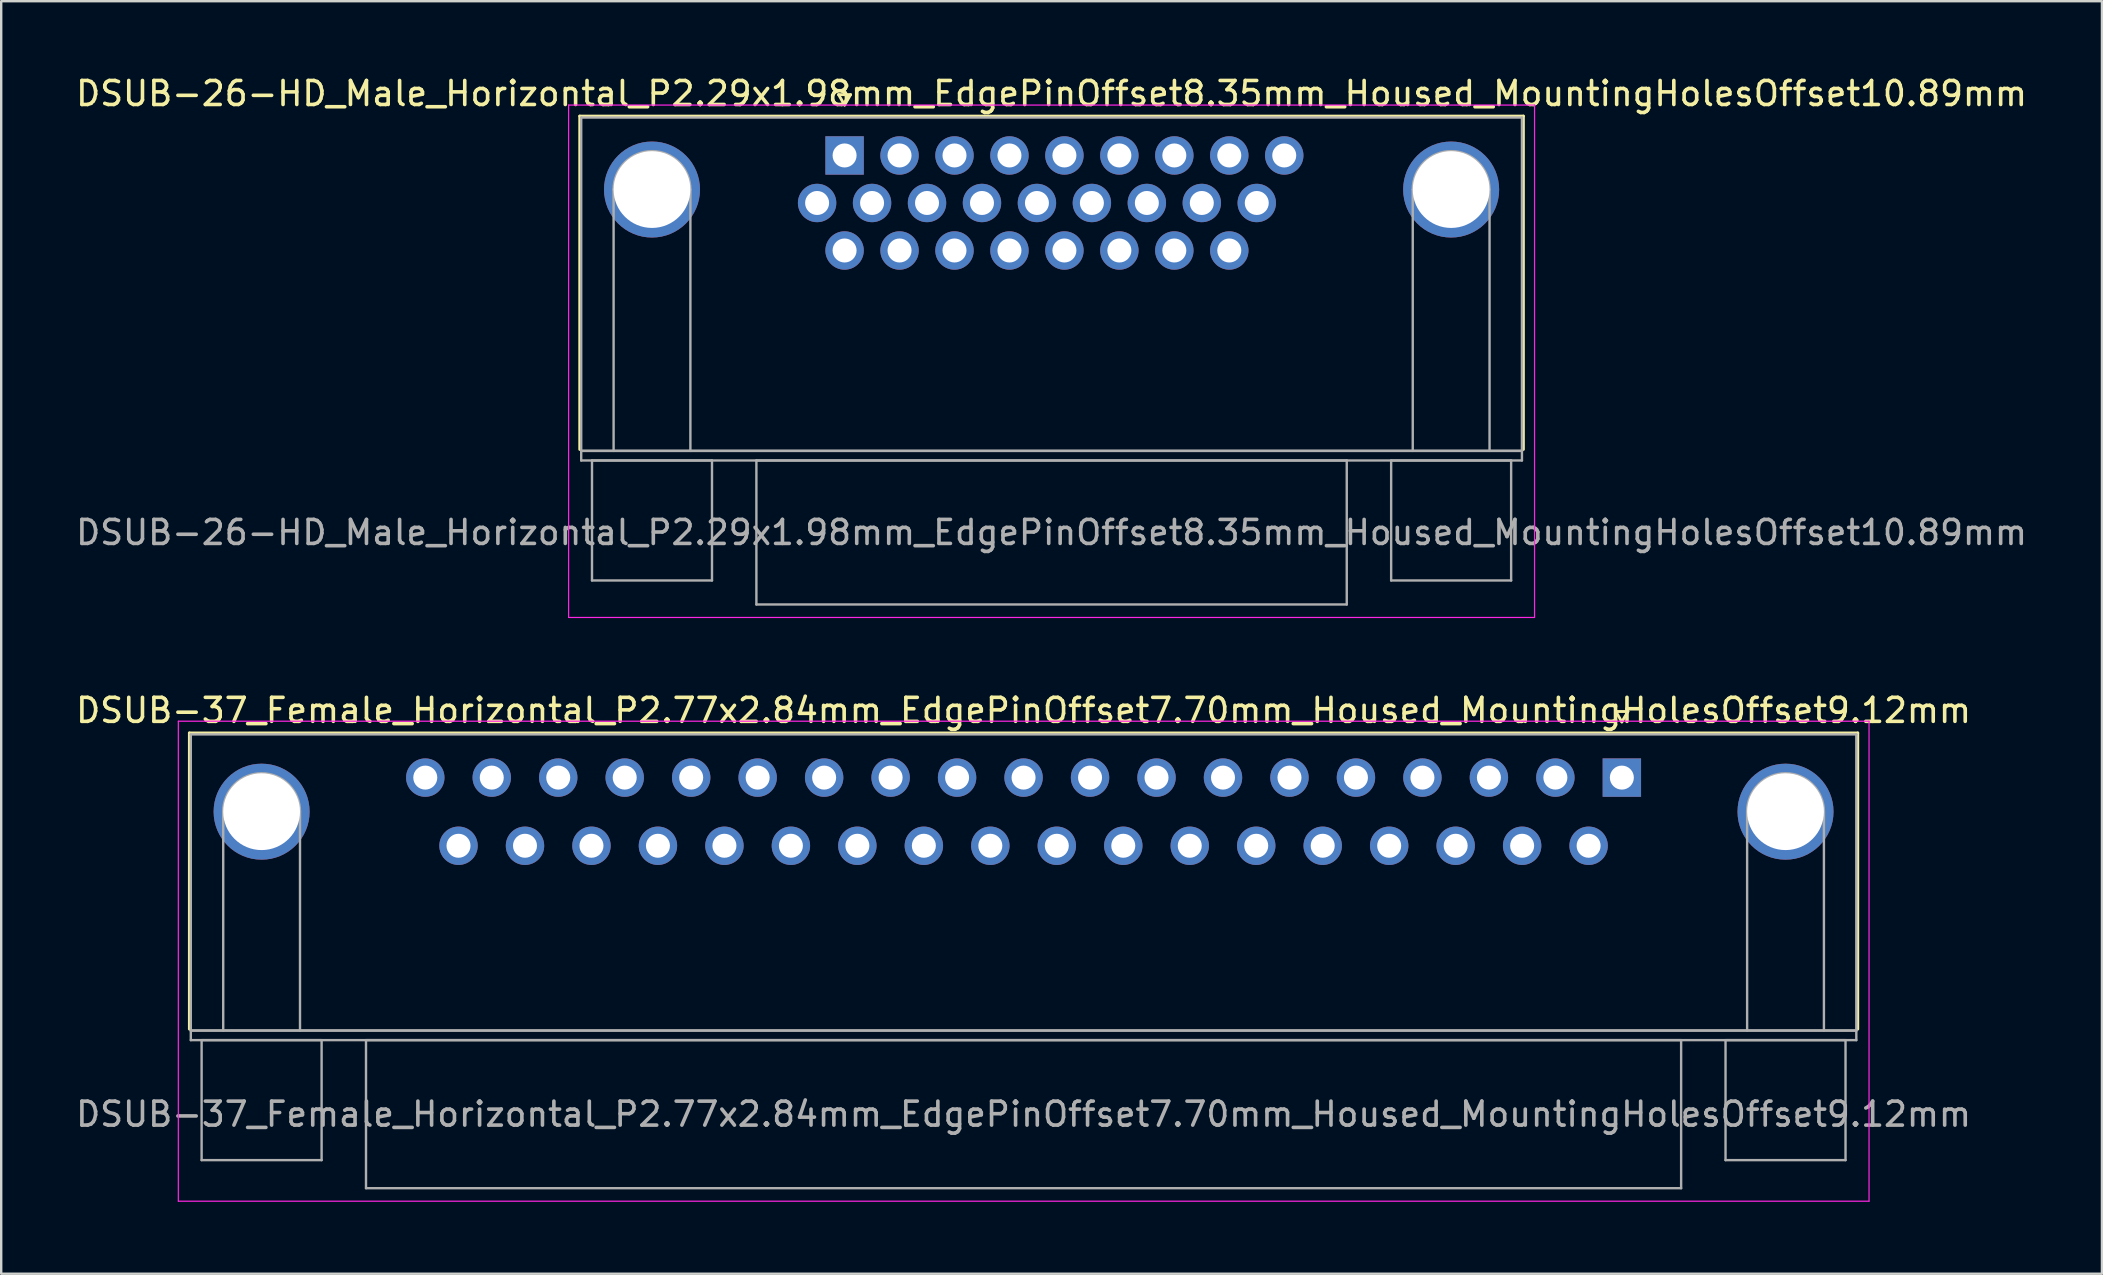
<source format=kicad_pcb>
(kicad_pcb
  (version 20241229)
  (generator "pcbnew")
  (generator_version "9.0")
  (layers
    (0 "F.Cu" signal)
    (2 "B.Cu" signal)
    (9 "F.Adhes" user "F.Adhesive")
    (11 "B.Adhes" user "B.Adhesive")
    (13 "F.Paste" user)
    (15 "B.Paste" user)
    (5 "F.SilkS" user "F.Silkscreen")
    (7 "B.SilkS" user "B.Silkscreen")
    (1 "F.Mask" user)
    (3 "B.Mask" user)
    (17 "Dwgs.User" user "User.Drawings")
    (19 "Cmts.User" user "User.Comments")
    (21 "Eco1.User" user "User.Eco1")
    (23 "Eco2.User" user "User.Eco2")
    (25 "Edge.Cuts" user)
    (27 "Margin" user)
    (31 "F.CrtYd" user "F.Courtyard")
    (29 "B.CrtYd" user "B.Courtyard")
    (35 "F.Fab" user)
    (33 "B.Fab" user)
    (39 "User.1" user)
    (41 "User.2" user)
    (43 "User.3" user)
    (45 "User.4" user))
  (footprint "DSUB-37_Female_Horizontal_P2.77x2.84mm_EdgePinOffset7.70mm_Housed_MountingHolesOffset9.12mm"
    (layer "F.Cu")
    (at 64.531 29.352)
    (property "Reference" "DSUB-37_Female_Horizontal_P2.77x2.84mm_EdgePinOffset7.70mm_Housed_MountingHolesOffset9.12mm" (at -24.93 -2.8 0) (layer "F.SilkS") (effects (font (size 1 1) (thickness 0.15))))
    (attr through_hole)
    (fp_line (start -59.69 -1.86) (end 9.83 -1.86) (stroke (width 0.12) (type solid)) (layer "F.SilkS"))
    (fp_line (start -59.69 10.48) (end -59.69 -1.86) (stroke (width 0.12) (type solid)) (layer "F.SilkS"))
    (fp_line (start -0.25 -2.754) (end 0.25 -2.754) (stroke (width 0.12) (type solid)) (layer "F.SilkS"))
    (fp_line (start 0 -2.321) (end -0.25 -2.754) (stroke (width 0.12) (type solid)) (layer "F.SilkS"))
    (fp_line (start 0.25 -2.754) (end 0 -2.321) (stroke (width 0.12) (type solid)) (layer "F.SilkS"))
    (fp_line (start 9.83 -1.86) (end 9.83 10.48) (stroke (width 0.12) (type solid)) (layer "F.SilkS"))
    (fp_line (start -60.15 -2.35) (end -60.15 17.65) (stroke (width 0.05) (type solid)) (layer "F.CrtYd"))
    (fp_line (start -60.15 17.65) (end 10.3 17.65) (stroke (width 0.05) (type solid)) (layer "F.CrtYd"))
    (fp_line (start 10.3 -2.35) (end -60.15 -2.35) (stroke (width 0.05) (type solid)) (layer "F.CrtYd"))
    (fp_line (start 10.3 17.65) (end 10.3 -2.35) (stroke (width 0.05) (type solid)) (layer "F.CrtYd"))
    (fp_line (start -59.63 -1.8) (end -59.63 10.54) (stroke (width 0.1) (type solid)) (layer "F.Fab"))
    (fp_line (start -59.63 10.54) (end -59.63 10.94) (stroke (width 0.1) (type solid)) (layer "F.Fab"))
    (fp_line (start -59.63 10.54) (end 9.77 10.54) (stroke (width 0.1) (type solid)) (layer "F.Fab"))
    (fp_line (start -59.63 10.94) (end 9.77 10.94) (stroke (width 0.1) (type solid)) (layer "F.Fab"))
    (fp_line (start -59.18 10.94) (end -59.18 15.94) (stroke (width 0.1) (type solid)) (layer "F.Fab"))
    (fp_line (start -59.18 15.94) (end -54.18 15.94) (stroke (width 0.1) (type solid)) (layer "F.Fab"))
    (fp_line (start -58.28 10.54) (end -58.28 1.42) (stroke (width 0.1) (type solid)) (layer "F.Fab"))
    (fp_line (start -55.08 10.54) (end -55.08 1.42) (stroke (width 0.1) (type solid)) (layer "F.Fab"))
    (fp_line (start -54.18 10.94) (end -59.18 10.94) (stroke (width 0.1) (type solid)) (layer "F.Fab"))
    (fp_line (start -54.18 15.94) (end -54.18 10.94) (stroke (width 0.1) (type solid)) (layer "F.Fab"))
    (fp_line (start -52.33 10.94) (end -52.33 17.11) (stroke (width 0.1) (type solid)) (layer "F.Fab"))
    (fp_line (start -52.33 17.11) (end 2.47 17.11) (stroke (width 0.1) (type solid)) (layer "F.Fab"))
    (fp_line (start 2.47 10.94) (end -52.33 10.94) (stroke (width 0.1) (type solid)) (layer "F.Fab"))
    (fp_line (start 2.47 17.11) (end 2.47 10.94) (stroke (width 0.1) (type solid)) (layer "F.Fab"))
    (fp_line (start 4.32 10.94) (end 4.32 15.94) (stroke (width 0.1) (type solid)) (layer "F.Fab"))
    (fp_line (start 4.32 15.94) (end 9.32 15.94) (stroke (width 0.1) (type solid)) (layer "F.Fab"))
    (fp_line (start 5.22 10.54) (end 5.22 1.42) (stroke (width 0.1) (type solid)) (layer "F.Fab"))
    (fp_line (start 8.42 10.54) (end 8.42 1.42) (stroke (width 0.1) (type solid)) (layer "F.Fab"))
    (fp_line (start 9.32 10.94) (end 4.32 10.94) (stroke (width 0.1) (type solid)) (layer "F.Fab"))
    (fp_line (start 9.32 15.94) (end 9.32 10.94) (stroke (width 0.1) (type solid)) (layer "F.Fab"))
    (fp_line (start 9.77 -1.8) (end -59.63 -1.8) (stroke (width 0.1) (type solid)) (layer "F.Fab"))
    (fp_line (start 9.77 10.54) (end -59.63 10.54) (stroke (width 0.1) (type solid)) (layer "F.Fab"))
    (fp_line (start 9.77 10.54) (end 9.77 -1.8) (stroke (width 0.1) (type solid)) (layer "F.Fab"))
    (fp_line (start 9.77 10.94) (end 9.77 10.54) (stroke (width 0.1) (type solid)) (layer "F.Fab"))
    (fp_arc (start -58.28 1.42) (mid -56.68 -0.18) (end -55.08 1.42) (stroke (width 0.1) (type solid)) (layer "F.Fab"))
    (fp_arc (start 5.22 1.42) (mid 6.82 -0.18) (end 8.42 1.42) (stroke (width 0.1) (type solid)) (layer "F.Fab"))
    (fp_text user "${REFERENCE}" (at -24.93 14.025 0) (layer "F.Fab") (effects (font (size 1 1) (thickness 0.15))))
    (pad "0" thru_hole circle (at -56.68 1.42) (size 4 4) (drill 3.2) (layers "*.Cu" "*.Mask"))
    (pad "0" thru_hole circle (at 6.82 1.42) (size 4 4) (drill 3.2) (layers "*.Cu" "*.Mask"))
    (pad "1" thru_hole rect (at 0 0) (size 1.6 1.6) (drill 1) (layers "*.Cu" "*.Mask"))
    (pad "2" thru_hole circle (at -2.77 0) (size 1.6 1.6) (drill 1) (layers "*.Cu" "*.Mask"))
    (pad "3" thru_hole circle (at -5.54 0) (size 1.6 1.6) (drill 1) (layers "*.Cu" "*.Mask"))
    (pad "4" thru_hole circle (at -8.31 0) (size 1.6 1.6) (drill 1) (layers "*.Cu" "*.Mask"))
    (pad "5" thru_hole circle (at -11.08 0) (size 1.6 1.6) (drill 1) (layers "*.Cu" "*.Mask"))
    (pad "6" thru_hole circle (at -13.85 0) (size 1.6 1.6) (drill 1) (layers "*.Cu" "*.Mask"))
    (pad "7" thru_hole circle (at -16.62 0) (size 1.6 1.6) (drill 1) (layers "*.Cu" "*.Mask"))
    (pad "8" thru_hole circle (at -19.39 0) (size 1.6 1.6) (drill 1) (layers "*.Cu" "*.Mask"))
    (pad "9" thru_hole circle (at -22.16 0) (size 1.6 1.6) (drill 1) (layers "*.Cu" "*.Mask"))
    (pad "10" thru_hole circle (at -24.93 0) (size 1.6 1.6) (drill 1) (layers "*.Cu" "*.Mask"))
    (pad "11" thru_hole circle (at -27.7 0) (size 1.6 1.6) (drill 1) (layers "*.Cu" "*.Mask"))
    (pad "12" thru_hole circle (at -30.47 0) (size 1.6 1.6) (drill 1) (layers "*.Cu" "*.Mask"))
    (pad "13" thru_hole circle (at -33.24 0) (size 1.6 1.6) (drill 1) (layers "*.Cu" "*.Mask"))
    (pad "14" thru_hole circle (at -36.01 0) (size 1.6 1.6) (drill 1) (layers "*.Cu" "*.Mask"))
    (pad "15" thru_hole circle (at -38.78 0) (size 1.6 1.6) (drill 1) (layers "*.Cu" "*.Mask"))
    (pad "16" thru_hole circle (at -41.55 0) (size 1.6 1.6) (drill 1) (layers "*.Cu" "*.Mask"))
    (pad "17" thru_hole circle (at -44.32 0) (size 1.6 1.6) (drill 1) (layers "*.Cu" "*.Mask"))
    (pad "18" thru_hole circle (at -47.09 0) (size 1.6 1.6) (drill 1) (layers "*.Cu" "*.Mask"))
    (pad "19" thru_hole circle (at -49.86 0) (size 1.6 1.6) (drill 1) (layers "*.Cu" "*.Mask"))
    (pad "20" thru_hole circle (at -1.385 2.84) (size 1.6 1.6) (drill 1) (layers "*.Cu" "*.Mask"))
    (pad "21" thru_hole circle (at -4.155 2.84) (size 1.6 1.6) (drill 1) (layers "*.Cu" "*.Mask"))
    (pad "22" thru_hole circle (at -6.925 2.84) (size 1.6 1.6) (drill 1) (layers "*.Cu" "*.Mask"))
    (pad "23" thru_hole circle (at -9.695 2.84) (size 1.6 1.6) (drill 1) (layers "*.Cu" "*.Mask"))
    (pad "24" thru_hole circle (at -12.465 2.84) (size 1.6 1.6) (drill 1) (layers "*.Cu" "*.Mask"))
    (pad "25" thru_hole circle (at -15.235 2.84) (size 1.6 1.6) (drill 1) (layers "*.Cu" "*.Mask"))
    (pad "26" thru_hole circle (at -18.005 2.84) (size 1.6 1.6) (drill 1) (layers "*.Cu" "*.Mask"))
    (pad "27" thru_hole circle (at -20.775 2.84) (size 1.6 1.6) (drill 1) (layers "*.Cu" "*.Mask"))
    (pad "28" thru_hole circle (at -23.545 2.84) (size 1.6 1.6) (drill 1) (layers "*.Cu" "*.Mask"))
    (pad "29" thru_hole circle (at -26.315 2.84) (size 1.6 1.6) (drill 1) (layers "*.Cu" "*.Mask"))
    (pad "30" thru_hole circle (at -29.085 2.84) (size 1.6 1.6) (drill 1) (layers "*.Cu" "*.Mask"))
    (pad "31" thru_hole circle (at -31.855 2.84) (size 1.6 1.6) (drill 1) (layers "*.Cu" "*.Mask"))
    (pad "32" thru_hole circle (at -34.625 2.84) (size 1.6 1.6) (drill 1) (layers "*.Cu" "*.Mask"))
    (pad "33" thru_hole circle (at -37.395 2.84) (size 1.6 1.6) (drill 1) (layers "*.Cu" "*.Mask"))
    (pad "34" thru_hole circle (at -40.165 2.84) (size 1.6 1.6) (drill 1) (layers "*.Cu" "*.Mask"))
    (pad "35" thru_hole circle (at -42.935 2.84) (size 1.6 1.6) (drill 1) (layers "*.Cu" "*.Mask"))
    (pad "36" thru_hole circle (at -45.705 2.84) (size 1.6 1.6) (drill 1) (layers "*.Cu" "*.Mask"))
    (pad "37" thru_hole circle (at -48.475 2.84) (size 1.6 1.6) (drill 1) (layers "*.Cu" "*.Mask")))
  (footprint "DSUB-26-HD_Male_Horizontal_P2.29x1.98mm_EdgePinOffset8.35mm_Housed_MountingHolesOffset10.89mm"
    (layer "F.Cu")
    (at 32.143 3.428)
    (property "Reference" "DSUB-26-HD_Male_Horizontal_P2.29x1.98mm_EdgePinOffset8.35mm_Housed_MountingHolesOffset10.89mm" (at 8.625 -2.58 0) (layer "F.SilkS") (effects (font (size 1 1) (thickness 0.15))))
    (attr through_hole)
    (fp_line (start -11.035 -1.64) (end 28.285 -1.64) (stroke (width 0.12) (type solid)) (layer "F.SilkS"))
    (fp_line (start -11.035 12.25) (end -11.035 -1.64) (stroke (width 0.12) (type solid)) (layer "F.SilkS"))
    (fp_line (start -0.25 -2.534) (end 0.25 -2.534) (stroke (width 0.12) (type solid)) (layer "F.SilkS"))
    (fp_line (start 0 -2.101) (end -0.25 -2.534) (stroke (width 0.12) (type solid)) (layer "F.SilkS"))
    (fp_line (start 0.25 -2.534) (end 0 -2.101) (stroke (width 0.12) (type solid)) (layer "F.SilkS"))
    (fp_line (start 28.285 -1.64) (end 28.285 12.25) (stroke (width 0.12) (type solid)) (layer "F.SilkS"))
    (fp_line (start -11.5 -2.1) (end -11.5 19.25) (stroke (width 0.05) (type solid)) (layer "F.CrtYd"))
    (fp_line (start -11.5 19.25) (end 28.75 19.25) (stroke (width 0.05) (type solid)) (layer "F.CrtYd"))
    (fp_line (start 28.75 -2.1) (end -11.5 -2.1) (stroke (width 0.05) (type solid)) (layer "F.CrtYd"))
    (fp_line (start 28.75 19.25) (end 28.75 -2.1) (stroke (width 0.05) (type solid)) (layer "F.CrtYd"))
    (fp_line (start -10.975 -1.58) (end -10.975 12.31) (stroke (width 0.1) (type solid)) (layer "F.Fab"))
    (fp_line (start -10.975 12.31) (end -10.975 12.71) (stroke (width 0.1) (type solid)) (layer "F.Fab"))
    (fp_line (start -10.975 12.31) (end 28.225 12.31) (stroke (width 0.1) (type solid)) (layer "F.Fab"))
    (fp_line (start -10.975 12.71) (end 28.225 12.71) (stroke (width 0.1) (type solid)) (layer "F.Fab"))
    (fp_line (start -10.525 12.71) (end -10.525 17.71) (stroke (width 0.1) (type solid)) (layer "F.Fab"))
    (fp_line (start -10.525 17.71) (end -5.525 17.71) (stroke (width 0.1) (type solid)) (layer "F.Fab"))
    (fp_line (start -9.625 12.31) (end -9.625 1.42) (stroke (width 0.1) (type solid)) (layer "F.Fab"))
    (fp_line (start -6.425 12.31) (end -6.425 1.42) (stroke (width 0.1) (type solid)) (layer "F.Fab"))
    (fp_line (start -5.525 12.71) (end -10.525 12.71) (stroke (width 0.1) (type solid)) (layer "F.Fab"))
    (fp_line (start -5.525 17.71) (end -5.525 12.71) (stroke (width 0.1) (type solid)) (layer "F.Fab"))
    (fp_line (start -3.675 12.71) (end -3.675 18.71) (stroke (width 0.1) (type solid)) (layer "F.Fab"))
    (fp_line (start -3.675 18.71) (end 20.925 18.71) (stroke (width 0.1) (type solid)) (layer "F.Fab"))
    (fp_line (start 20.925 12.71) (end -3.675 12.71) (stroke (width 0.1) (type solid)) (layer "F.Fab"))
    (fp_line (start 20.925 18.71) (end 20.925 12.71) (stroke (width 0.1) (type solid)) (layer "F.Fab"))
    (fp_line (start 22.775 12.71) (end 22.775 17.71) (stroke (width 0.1) (type solid)) (layer "F.Fab"))
    (fp_line (start 22.775 17.71) (end 27.775 17.71) (stroke (width 0.1) (type solid)) (layer "F.Fab"))
    (fp_line (start 23.675 12.31) (end 23.675 1.42) (stroke (width 0.1) (type solid)) (layer "F.Fab"))
    (fp_line (start 26.875 12.31) (end 26.875 1.42) (stroke (width 0.1) (type solid)) (layer "F.Fab"))
    (fp_line (start 27.775 12.71) (end 22.775 12.71) (stroke (width 0.1) (type solid)) (layer "F.Fab"))
    (fp_line (start 27.775 17.71) (end 27.775 12.71) (stroke (width 0.1) (type solid)) (layer "F.Fab"))
    (fp_line (start 28.225 -1.58) (end -10.975 -1.58) (stroke (width 0.1) (type solid)) (layer "F.Fab"))
    (fp_line (start 28.225 12.31) (end -10.975 12.31) (stroke (width 0.1) (type solid)) (layer "F.Fab"))
    (fp_line (start 28.225 12.31) (end 28.225 -1.58) (stroke (width 0.1) (type solid)) (layer "F.Fab"))
    (fp_line (start 28.225 12.71) (end 28.225 12.31) (stroke (width 0.1) (type solid)) (layer "F.Fab"))
    (fp_arc (start -9.625 1.42) (mid -8.025 -0.18) (end -6.425 1.42) (stroke (width 0.1) (type solid)) (layer "F.Fab"))
    (fp_arc (start 23.675 1.42) (mid 25.275 -0.18) (end 26.875 1.42) (stroke (width 0.1) (type solid)) (layer "F.Fab"))
    (fp_text user "${REFERENCE}" (at 8.625 15.71 0) (layer "F.Fab") (effects (font (size 1 1) (thickness 0.15))))
    (pad "0" thru_hole circle (at -8.025 1.42) (size 4 4) (drill 3.2) (layers "*.Cu" "*.Mask"))
    (pad "0" thru_hole circle (at 25.275 1.42) (size 4 4) (drill 3.2) (layers "*.Cu" "*.Mask"))
    (pad "1" thru_hole rect (at 0 0) (size 1.6 1.6) (drill 1) (layers "*.Cu" "*.Mask"))
    (pad "2" thru_hole circle (at 2.29 0) (size 1.6 1.6) (drill 1) (layers "*.Cu" "*.Mask"))
    (pad "3" thru_hole circle (at 4.58 0) (size 1.6 1.6) (drill 1) (layers "*.Cu" "*.Mask"))
    (pad "4" thru_hole circle (at 6.87 0) (size 1.6 1.6) (drill 1) (layers "*.Cu" "*.Mask"))
    (pad "5" thru_hole circle (at 9.16 0) (size 1.6 1.6) (drill 1) (layers "*.Cu" "*.Mask"))
    (pad "6" thru_hole circle (at 11.45 0) (size 1.6 1.6) (drill 1) (layers "*.Cu" "*.Mask"))
    (pad "7" thru_hole circle (at 13.74 0) (size 1.6 1.6) (drill 1) (layers "*.Cu" "*.Mask"))
    (pad "8" thru_hole circle (at 16.03 0) (size 1.6 1.6) (drill 1) (layers "*.Cu" "*.Mask"))
    (pad "9" thru_hole circle (at 18.32 0) (size 1.6 1.6) (drill 1) (layers "*.Cu" "*.Mask"))
    (pad "10" thru_hole circle (at -1.145 1.98) (size 1.6 1.6) (drill 1) (layers "*.Cu" "*.Mask"))
    (pad "11" thru_hole circle (at 1.145 1.98) (size 1.6 1.6) (drill 1) (layers "*.Cu" "*.Mask"))
    (pad "12" thru_hole circle (at 3.435 1.98) (size 1.6 1.6) (drill 1) (layers "*.Cu" "*.Mask"))
    (pad "13" thru_hole circle (at 5.725 1.98) (size 1.6 1.6) (drill 1) (layers "*.Cu" "*.Mask"))
    (pad "14" thru_hole circle (at 8.015 1.98) (size 1.6 1.6) (drill 1) (layers "*.Cu" "*.Mask"))
    (pad "15" thru_hole circle (at 10.305 1.98) (size 1.6 1.6) (drill 1) (layers "*.Cu" "*.Mask"))
    (pad "16" thru_hole circle (at 12.595 1.98) (size 1.6 1.6) (drill 1) (layers "*.Cu" "*.Mask"))
    (pad "17" thru_hole circle (at 14.885 1.98) (size 1.6 1.6) (drill 1) (layers "*.Cu" "*.Mask"))
    (pad "18" thru_hole circle (at 17.175 1.98) (size 1.6 1.6) (drill 1) (layers "*.Cu" "*.Mask"))
    (pad "19" thru_hole circle (at 0 3.96) (size 1.6 1.6) (drill 1) (layers "*.Cu" "*.Mask"))
    (pad "20" thru_hole circle (at 2.29 3.96) (size 1.6 1.6) (drill 1) (layers "*.Cu" "*.Mask"))
    (pad "21" thru_hole circle (at 4.58 3.96) (size 1.6 1.6) (drill 1) (layers "*.Cu" "*.Mask"))
    (pad "22" thru_hole circle (at 6.87 3.96) (size 1.6 1.6) (drill 1) (layers "*.Cu" "*.Mask"))
    (pad "23" thru_hole circle (at 9.16 3.96) (size 1.6 1.6) (drill 1) (layers "*.Cu" "*.Mask"))
    (pad "24" thru_hole circle (at 11.45 3.96) (size 1.6 1.6) (drill 1) (layers "*.Cu" "*.Mask"))
    (pad "25" thru_hole circle (at 13.74 3.96) (size 1.6 1.6) (drill 1) (layers "*.Cu" "*.Mask"))
    (pad "26" thru_hole circle (at 16.03 3.96) (size 1.6 1.6) (drill 1) (layers "*.Cu" "*.Mask")))
  (gr_rect
    (start -3 -3)
    (end 84.536 50.026)
    (stroke (width 0.1) (type default))
    (fill no)
    (layer "Edge.Cuts")))
</source>
